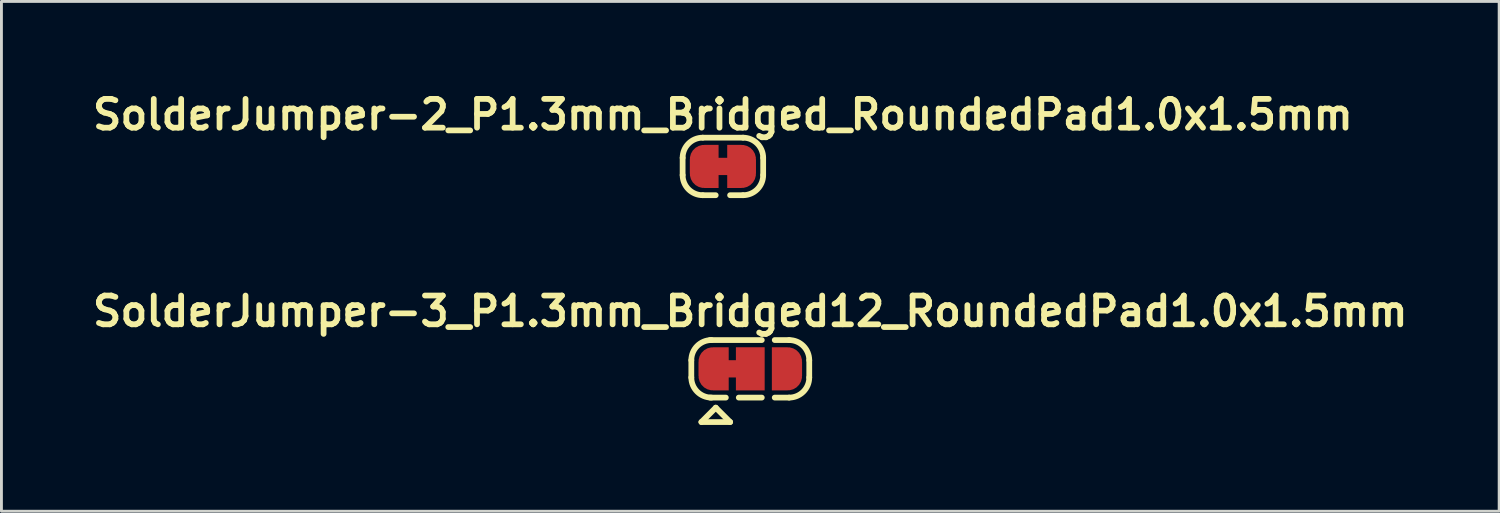
<source format=kicad_pcb>
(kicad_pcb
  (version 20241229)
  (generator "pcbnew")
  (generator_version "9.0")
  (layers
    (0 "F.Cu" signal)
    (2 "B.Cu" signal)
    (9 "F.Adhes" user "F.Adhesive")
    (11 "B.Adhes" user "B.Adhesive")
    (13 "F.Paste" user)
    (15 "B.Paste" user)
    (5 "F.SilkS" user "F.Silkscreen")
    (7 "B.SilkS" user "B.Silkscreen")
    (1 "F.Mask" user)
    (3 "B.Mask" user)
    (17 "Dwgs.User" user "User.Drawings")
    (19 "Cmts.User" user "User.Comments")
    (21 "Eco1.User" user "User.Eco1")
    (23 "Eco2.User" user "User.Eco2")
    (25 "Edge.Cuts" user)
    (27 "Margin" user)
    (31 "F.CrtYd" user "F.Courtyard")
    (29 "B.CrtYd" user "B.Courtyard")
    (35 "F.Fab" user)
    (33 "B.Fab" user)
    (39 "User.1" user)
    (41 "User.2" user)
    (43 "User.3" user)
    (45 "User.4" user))
  (footprint "SolderJumper-2_P1.3mm_Bridged_RoundedPad1.0x1.5mm"
    (layer "F.Cu")
    (at 22.081 2.736)
    (property "Reference" "SolderJumper-2_P1.3mm_Bridged_RoundedPad1.0x1.5mm" (at 0 -1.8 0) (layer "F.SilkS") (effects (font (size 1 1) (thickness 0.2) (bold yes))))
    (attr exclude_from_pos_files exclude_from_bom)
    (fp_poly (pts (xy 0.25 -0.3) (xy -0.25 -0.3) (xy -0.25 0.3) (xy 0.25 0.3)) (stroke (width 0) (type solid)) (fill yes) (layer "F.Cu"))
    (fp_line (start -1.4 0.3) (end -1.4 -0.3) (stroke (width 0.2) (type solid)) (layer "F.SilkS"))
    (fp_line (start -0.7 -1) (end 0.7 -1) (stroke (width 0.2) (type solid)) (layer "F.SilkS"))
    (fp_line (start -0.25 1) (end -0.7 1) (stroke (width 0.2) (type solid)) (layer "F.SilkS"))
    (fp_line (start 0.7 1) (end 0.25 1) (stroke (width 0.2) (type solid)) (layer "F.SilkS"))
    (fp_line (start 1.4 -0.3) (end 1.4 0.3) (stroke (width 0.2) (type solid)) (layer "F.SilkS"))
    (fp_arc (start -1.4 -0.3) (mid -1.194975 -0.794974) (end -0.7 -1) (stroke (width 0.2) (type solid)) (layer "F.SilkS"))
    (fp_arc (start -0.7 1) (mid -1.194974 0.794975) (end -1.4 0.3) (stroke (width 0.2) (type solid)) (layer "F.SilkS"))
    (fp_arc (start 0.7 -1) (mid 1.194974 -0.794975) (end 1.4 -0.3) (stroke (width 0.2) (type solid)) (layer "F.SilkS"))
    (fp_arc (start 1.4 0.3) (mid 1.194975 0.794974) (end 0.7 1) (stroke (width 0.2) (type solid)) (layer "F.SilkS"))
    (pad "1" smd custom (at -0.65 0) (size 1 0.5) (layers "F.Cu" "F.Mask") (options (anchor rect)) (primitives (gr_circle (center 0 0.25) (end 0.5 0.25) (width 0) (fill yes)) (gr_circle (center 0 -0.25) (end 0.5 -0.25) (width 0) (fill yes)) (gr_poly (pts (xy 0.5 0.75) (xy 0 0.75) (xy 0 -0.75) (xy 0.5 -0.75)) (width 0) (fill yes))))
    (pad "2" smd custom (at 0.65 0) (size 1 0.5) (layers "F.Cu" "F.Mask") (options (anchor rect)) (primitives (gr_circle (center 0 0.25) (end 0.5 0.25) (width 0) (fill yes)) (gr_circle (center 0 -0.25) (end 0.5 -0.25) (width 0) (fill yes)) (gr_poly (pts (xy 0 0.75) (xy -0.5 0.75) (xy -0.5 -0.75) (xy 0 -0.75)) (width 0) (fill yes)))))
  (footprint "SolderJumper-3_P1.3mm_Bridged12_RoundedPad1.0x1.5mm"
    (layer "F.Cu")
    (at 23.033 9.772)
    (property "Reference" "SolderJumper-3_P1.3mm_Bridged12_RoundedPad1.0x1.5mm" (at 0 -2 0) (layer "F.SilkS") (effects (font (size 1 1) (thickness 0.2) (bold yes))))
    (attr exclude_from_pos_files exclude_from_bom)
    (fp_poly (pts (xy -0.9 -0.3) (xy -0.4 -0.3) (xy -0.4 0.3) (xy -0.9 0.3)) (stroke (width 0) (type solid)) (fill yes) (layer "F.Cu"))
    (fp_line (start -2.05 0.3) (end -2.05 -0.3) (stroke (width 0.2) (type solid)) (layer "F.SilkS"))
    (fp_line (start -1.7 1.85) (end -0.7 1.85) (stroke (width 0.2) (type solid)) (layer "F.SilkS"))
    (fp_line (start -1.4 -1) (end 0.4 -1) (stroke (width 0.2) (type solid)) (layer "F.SilkS"))
    (fp_line (start -1.2 1.35) (end -1.7 1.85) (stroke (width 0.2) (type solid)) (layer "F.SilkS"))
    (fp_line (start -1.2 1.35) (end -0.7 1.85) (stroke (width 0.2) (type solid)) (layer "F.SilkS"))
    (fp_line (start -0.85 1) (end -1.4 1) (stroke (width 0.2) (type solid)) (layer "F.SilkS"))
    (fp_line (start 0.4 1) (end -0.4 1) (stroke (width 0.2) (type solid)) (layer "F.SilkS"))
    (fp_line (start 0.85 -1) (end 1.35 -1) (stroke (width 0.2) (type solid)) (layer "F.SilkS"))
    (fp_line (start 1.35 1) (end 0.85 1) (stroke (width 0.2) (type default)) (layer "F.SilkS"))
    (fp_line (start 2.05 -0.3) (end 2.05 0.3) (stroke (width 0.2) (type solid)) (layer "F.SilkS"))
    (fp_arc (start -2.05 -0.3) (mid -1.844975 -0.794975) (end -1.35 -1) (stroke (width 0.2) (type solid)) (layer "F.SilkS"))
    (fp_arc (start -1.35 1) (mid -1.844975 0.794975) (end -2.05 0.3) (stroke (width 0.2) (type solid)) (layer "F.SilkS"))
    (fp_arc (start 1.35 -1) (mid 1.844975 -0.794975) (end 2.05 -0.3) (stroke (width 0.2) (type solid)) (layer "F.SilkS"))
    (fp_arc (start 2.05 0.3) (mid 1.844975 0.794974) (end 1.35 1) (stroke (width 0.2) (type solid)) (layer "F.SilkS"))
    (pad "1" smd custom (at -1.3 0) (size 1 0.5) (layers "F.Cu" "F.Mask") (options (anchor rect)) (primitives (gr_circle (center 0 0.25) (end 0.5 0.25) (width 0) (fill yes)) (gr_circle (center 0 -0.25) (end 0.5 -0.25) (width 0) (fill yes)) (gr_poly (pts (xy 0.55 0.75) (xy 0 0.75) (xy 0 -0.75) (xy 0.55 -0.75)) (width 0) (fill yes))))
    (pad "2" smd rect (at 0 0) (size 1 1.5) (layers "F.Cu" "F.Mask"))
    (pad "3" smd custom (at 1.3 0) (size 1 0.5) (layers "F.Cu" "F.Mask") (options (anchor rect)) (primitives (gr_circle (center 0 0.25) (end 0.5 0.25) (width 0) (fill yes)) (gr_circle (center 0 -0.25) (end 0.5 -0.25) (width 0) (fill yes)) (gr_poly (pts (xy 0 0.75) (xy -0.55 0.75) (xy -0.55 -0.75) (xy 0 -0.75)) (width 0) (fill yes)))))
  (gr_rect
    (start -3 -3)
    (end 49.067 14.722)
    (stroke (width 0.1) (type default))
    (fill no)
    (layer "Edge.Cuts")))
</source>
